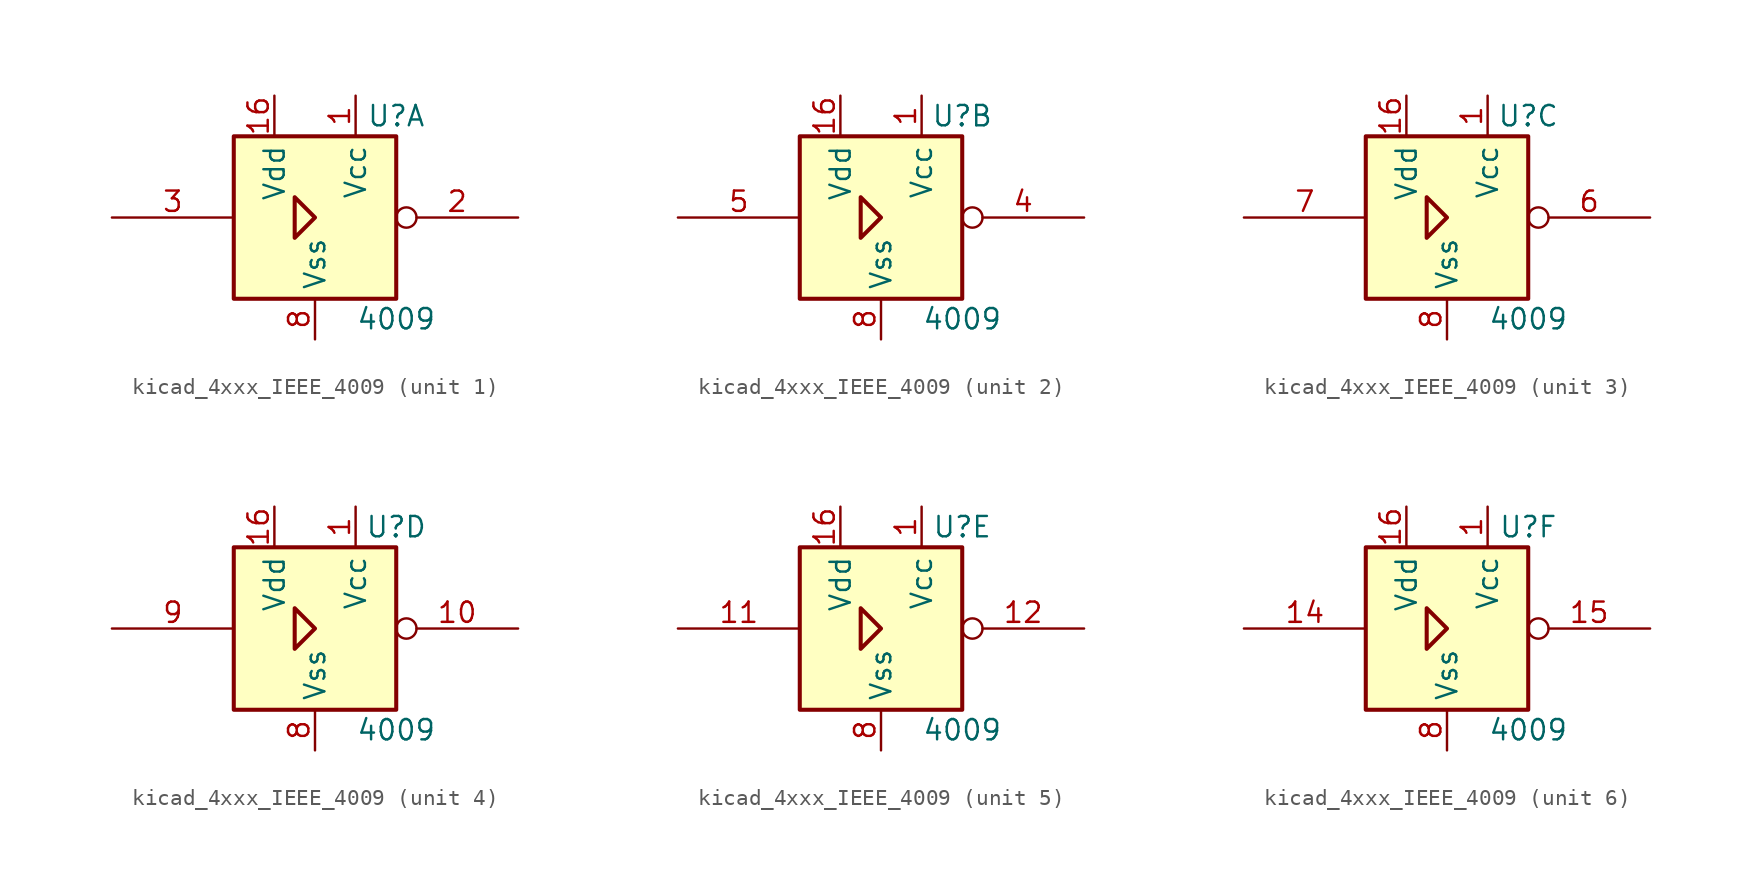
<source format=kicad_sym>
(kicad_symbol_lib
  (version 20220914)
  (generator kicad_symbol_editor)
  (symbol "kicad_4xxx_IEEE_4009"
    (property "Reference" "U"
      (at 5.08 6.35 0)
      (effects (font (size 1.27 1.27))))
    (property "Value" "4009"
      (at 5.08 -6.35 0)
      (effects (font (size 1.27 1.27))))
    (symbol "kicad_4xxx_IEEE_4009_0_0"
      (rectangle (start -5.08 5.08) (end 5.08 -5.08) (stroke (width 0.254) (type default)) (fill (type background)))
      (polyline (pts (xy -1.27 1.27) (xy -1.27 -1.27) (xy 0 0) (xy -1.27 1.27) (xy -1.27 1.27)) (stroke (width 0.254) (type default)) (fill (type background))))
    (symbol "kicad_4xxx_IEEE_4009_0_1"
      (pin power_in line (at 2.54 7.62 270) (length 2.54) (name "Vcc" (effects (font (size 1.27 1.27)))) (number "1" (effects (font (size 1.27 1.27)))))
      (pin power_in line (at -2.54 7.62 270) (length 2.54) (name "Vdd" (effects (font (size 1.27 1.27)))) (number "16" (effects (font (size 1.27 1.27)))))
      (pin power_in line (at 0 -7.62 90) (length 2.54) (name "Vss" (effects (font (size 1.27 1.27)))) (number "8" (effects (font (size 1.27 1.27))))))
    (symbol "kicad_4xxx_IEEE_4009_1_1"
      (pin output inverted (at 12.7 0 180) (length 7.62) (name "~" (effects (font (size 1.27 1.27)))) (number "2" (effects (font (size 1.27 1.27)))))
      (pin input line (at -12.7 0 0) (length 7.62) (name "~" (effects (font (size 1.27 1.27)))) (number "3" (effects (font (size 1.27 1.27))))))
    (symbol "kicad_4xxx_IEEE_4009_2_1"
      (pin output inverted (at 12.7 0 180) (length 7.62) (name "~" (effects (font (size 1.27 1.27)))) (number "4" (effects (font (size 1.27 1.27)))))
      (pin input line (at -12.7 0 0) (length 7.62) (name "~" (effects (font (size 1.27 1.27)))) (number "5" (effects (font (size 1.27 1.27))))))
    (symbol "kicad_4xxx_IEEE_4009_3_1"
      (pin output inverted (at 12.7 0 180) (length 7.62) (name "~" (effects (font (size 1.27 1.27)))) (number "6" (effects (font (size 1.27 1.27)))))
      (pin input line (at -12.7 0 0) (length 7.62) (name "~" (effects (font (size 1.27 1.27)))) (number "7" (effects (font (size 1.27 1.27))))))
    (symbol "kicad_4xxx_IEEE_4009_4_1"
      (pin output inverted (at 12.7 0 180) (length 7.62) (name "~" (effects (font (size 1.27 1.27)))) (number "10" (effects (font (size 1.27 1.27)))))
      (pin input line (at -12.7 0 0) (length 7.62) (name "~" (effects (font (size 1.27 1.27)))) (number "9" (effects (font (size 1.27 1.27))))))
    (symbol "kicad_4xxx_IEEE_4009_5_1"
      (pin input line (at -12.7 0 0) (length 7.62) (name "~" (effects (font (size 1.27 1.27)))) (number "11" (effects (font (size 1.27 1.27)))))
      (pin output inverted (at 12.7 0 180) (length 7.62) (name "~" (effects (font (size 1.27 1.27)))) (number "12" (effects (font (size 1.27 1.27))))))
    (symbol "kicad_4xxx_IEEE_4009_6_1"
      (pin input line (at -12.7 0 0) (length 7.62) (name "~" (effects (font (size 1.27 1.27)))) (number "14" (effects (font (size 1.27 1.27)))))
      (pin output inverted (at 12.7 0 180) (length 7.62) (name "~" (effects (font (size 1.27 1.27)))) (number "15" (effects (font (size 1.27 1.27))))))))
</source>
